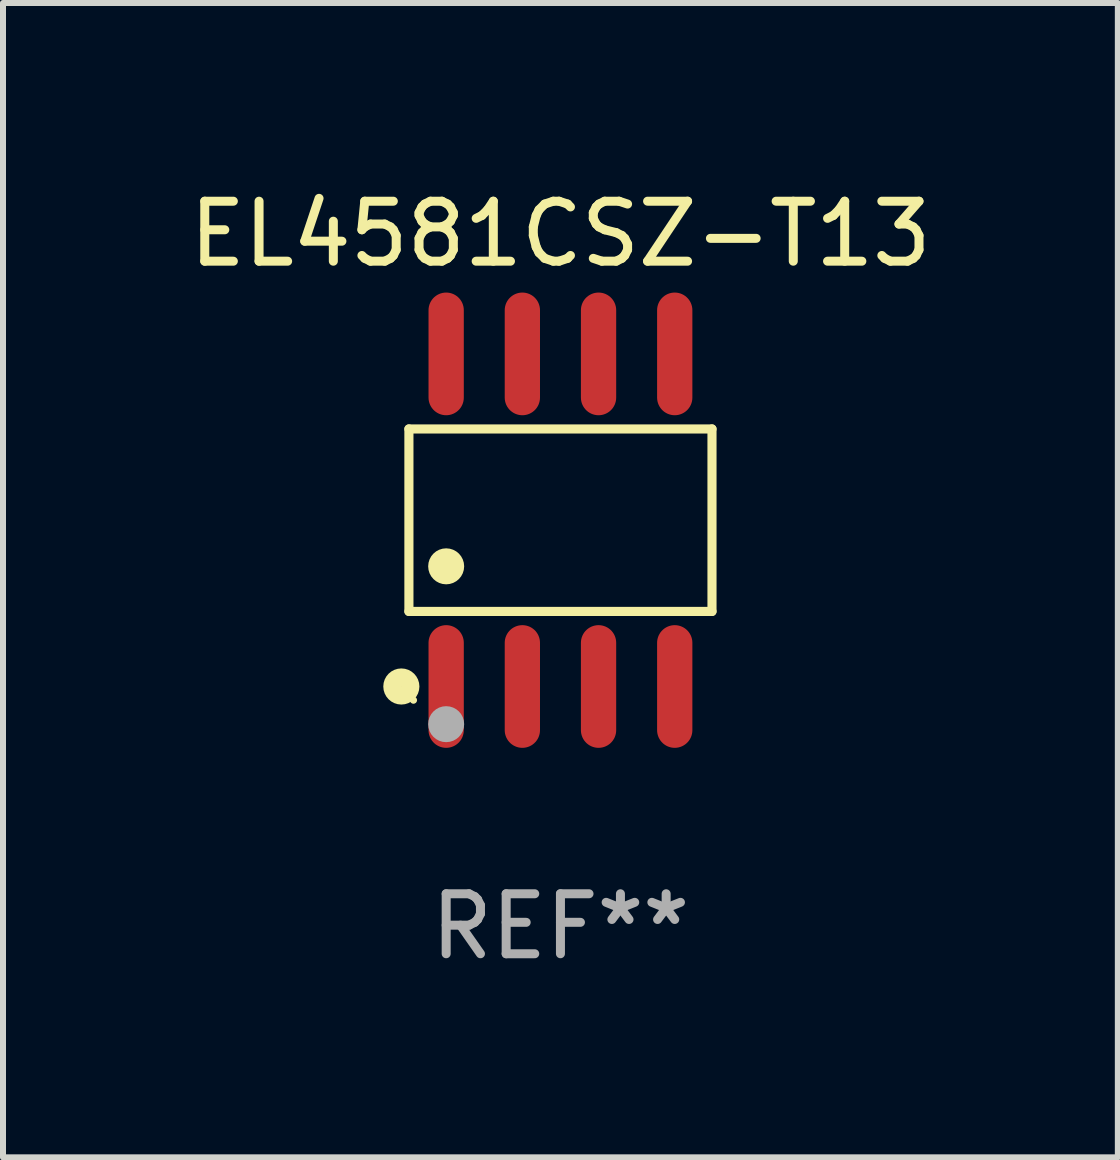
<source format=kicad_pcb>
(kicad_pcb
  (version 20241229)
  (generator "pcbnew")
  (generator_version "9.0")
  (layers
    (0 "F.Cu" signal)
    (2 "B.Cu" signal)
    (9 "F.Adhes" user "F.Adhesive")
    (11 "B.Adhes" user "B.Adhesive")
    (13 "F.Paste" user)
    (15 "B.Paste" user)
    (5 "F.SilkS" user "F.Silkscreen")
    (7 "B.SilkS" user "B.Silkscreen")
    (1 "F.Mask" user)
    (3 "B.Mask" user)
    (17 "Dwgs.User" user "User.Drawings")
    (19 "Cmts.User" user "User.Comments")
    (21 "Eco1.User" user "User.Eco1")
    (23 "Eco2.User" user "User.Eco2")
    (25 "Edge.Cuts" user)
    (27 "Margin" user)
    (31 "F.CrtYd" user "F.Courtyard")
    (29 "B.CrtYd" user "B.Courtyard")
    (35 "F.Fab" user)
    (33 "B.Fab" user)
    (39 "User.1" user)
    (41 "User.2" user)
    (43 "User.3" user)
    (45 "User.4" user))
  (footprint "EL4581CSZ-T13"
    (layer "F.Cu")
    (at 6.292 5.621)
    (property "Reference" "EL4581CSZ-T13" (at 0 -4.772 0) (layer "F.SilkS") (effects (font (size 1 1) (thickness 0.15))))
    (attr through_hole)
    (fp_line (start -2.526 -1.521) (end 2.526 -1.521) (stroke (width 0.152) (type solid)) (layer "F.SilkS"))
    (fp_line (start -2.526 1.521) (end -2.526 -1.521) (stroke (width 0.152) (type solid)) (layer "F.SilkS"))
    (fp_line (start 2.526 -1.521) (end 2.526 1.521) (stroke (width 0.152) (type solid)) (layer "F.SilkS"))
    (fp_line (start 2.526 1.521) (end -2.526 1.521) (stroke (width 0.152) (type solid)) (layer "F.SilkS"))
    (fp_circle (center -2.652 2.772) (end -2.501 2.772) (stroke (width 0.3) (type solid)) (fill no) (layer "F.SilkS"))
    (fp_circle (center -2.45 3) (end -2.42 3) (stroke (width 0.06) (type solid)) (fill no) (layer "F.SilkS"))
    (fp_circle (center -1.905 0.769) (end -1.755 0.769) (stroke (width 0.3) (type solid)) (fill no) (layer "F.SilkS"))
    (fp_circle (center -1.905 3.4) (end -1.755 3.4) (stroke (width 0.3) (type solid)) (fill no) (layer "F.Fab"))
    (fp_text user "REF**" (at 0 6.772 0) (layer "F.Fab") (effects (font (size 1 1) (thickness 0.15))))
    (pad "1" smd oval (at -1.905 2.772) (size 0.588 2.045) (layers "F.Cu" "F.Mask" "F.Paste"))
    (pad "2" smd oval (at -0.635 2.772) (size 0.588 2.045) (layers "F.Cu" "F.Mask" "F.Paste"))
    (pad "3" smd oval (at 0.635 2.772) (size 0.588 2.045) (layers "F.Cu" "F.Mask" "F.Paste"))
    (pad "4" smd oval (at 1.905 2.772) (size 0.588 2.045) (layers "F.Cu" "F.Mask" "F.Paste"))
    (pad "5" smd oval (at 1.905 -2.772) (size 0.588 2.045) (layers "F.Cu" "F.Mask" "F.Paste"))
    (pad "6" smd oval (at 0.635 -2.772) (size 0.588 2.045) (layers "F.Cu" "F.Mask" "F.Paste"))
    (pad "7" smd oval (at -0.635 -2.772) (size 0.588 2.045) (layers "F.Cu" "F.Mask" "F.Paste"))
    (pad "8" smd oval (at -1.905 -2.772) (size 0.588 2.045) (layers "F.Cu" "F.Mask" "F.Paste")))
  (gr_rect
    (start -3 -3)
    (end 15.583 16.241)
    (stroke (width 0.1) (type default))
    (fill no)
    (layer "Edge.Cuts")))
</source>
